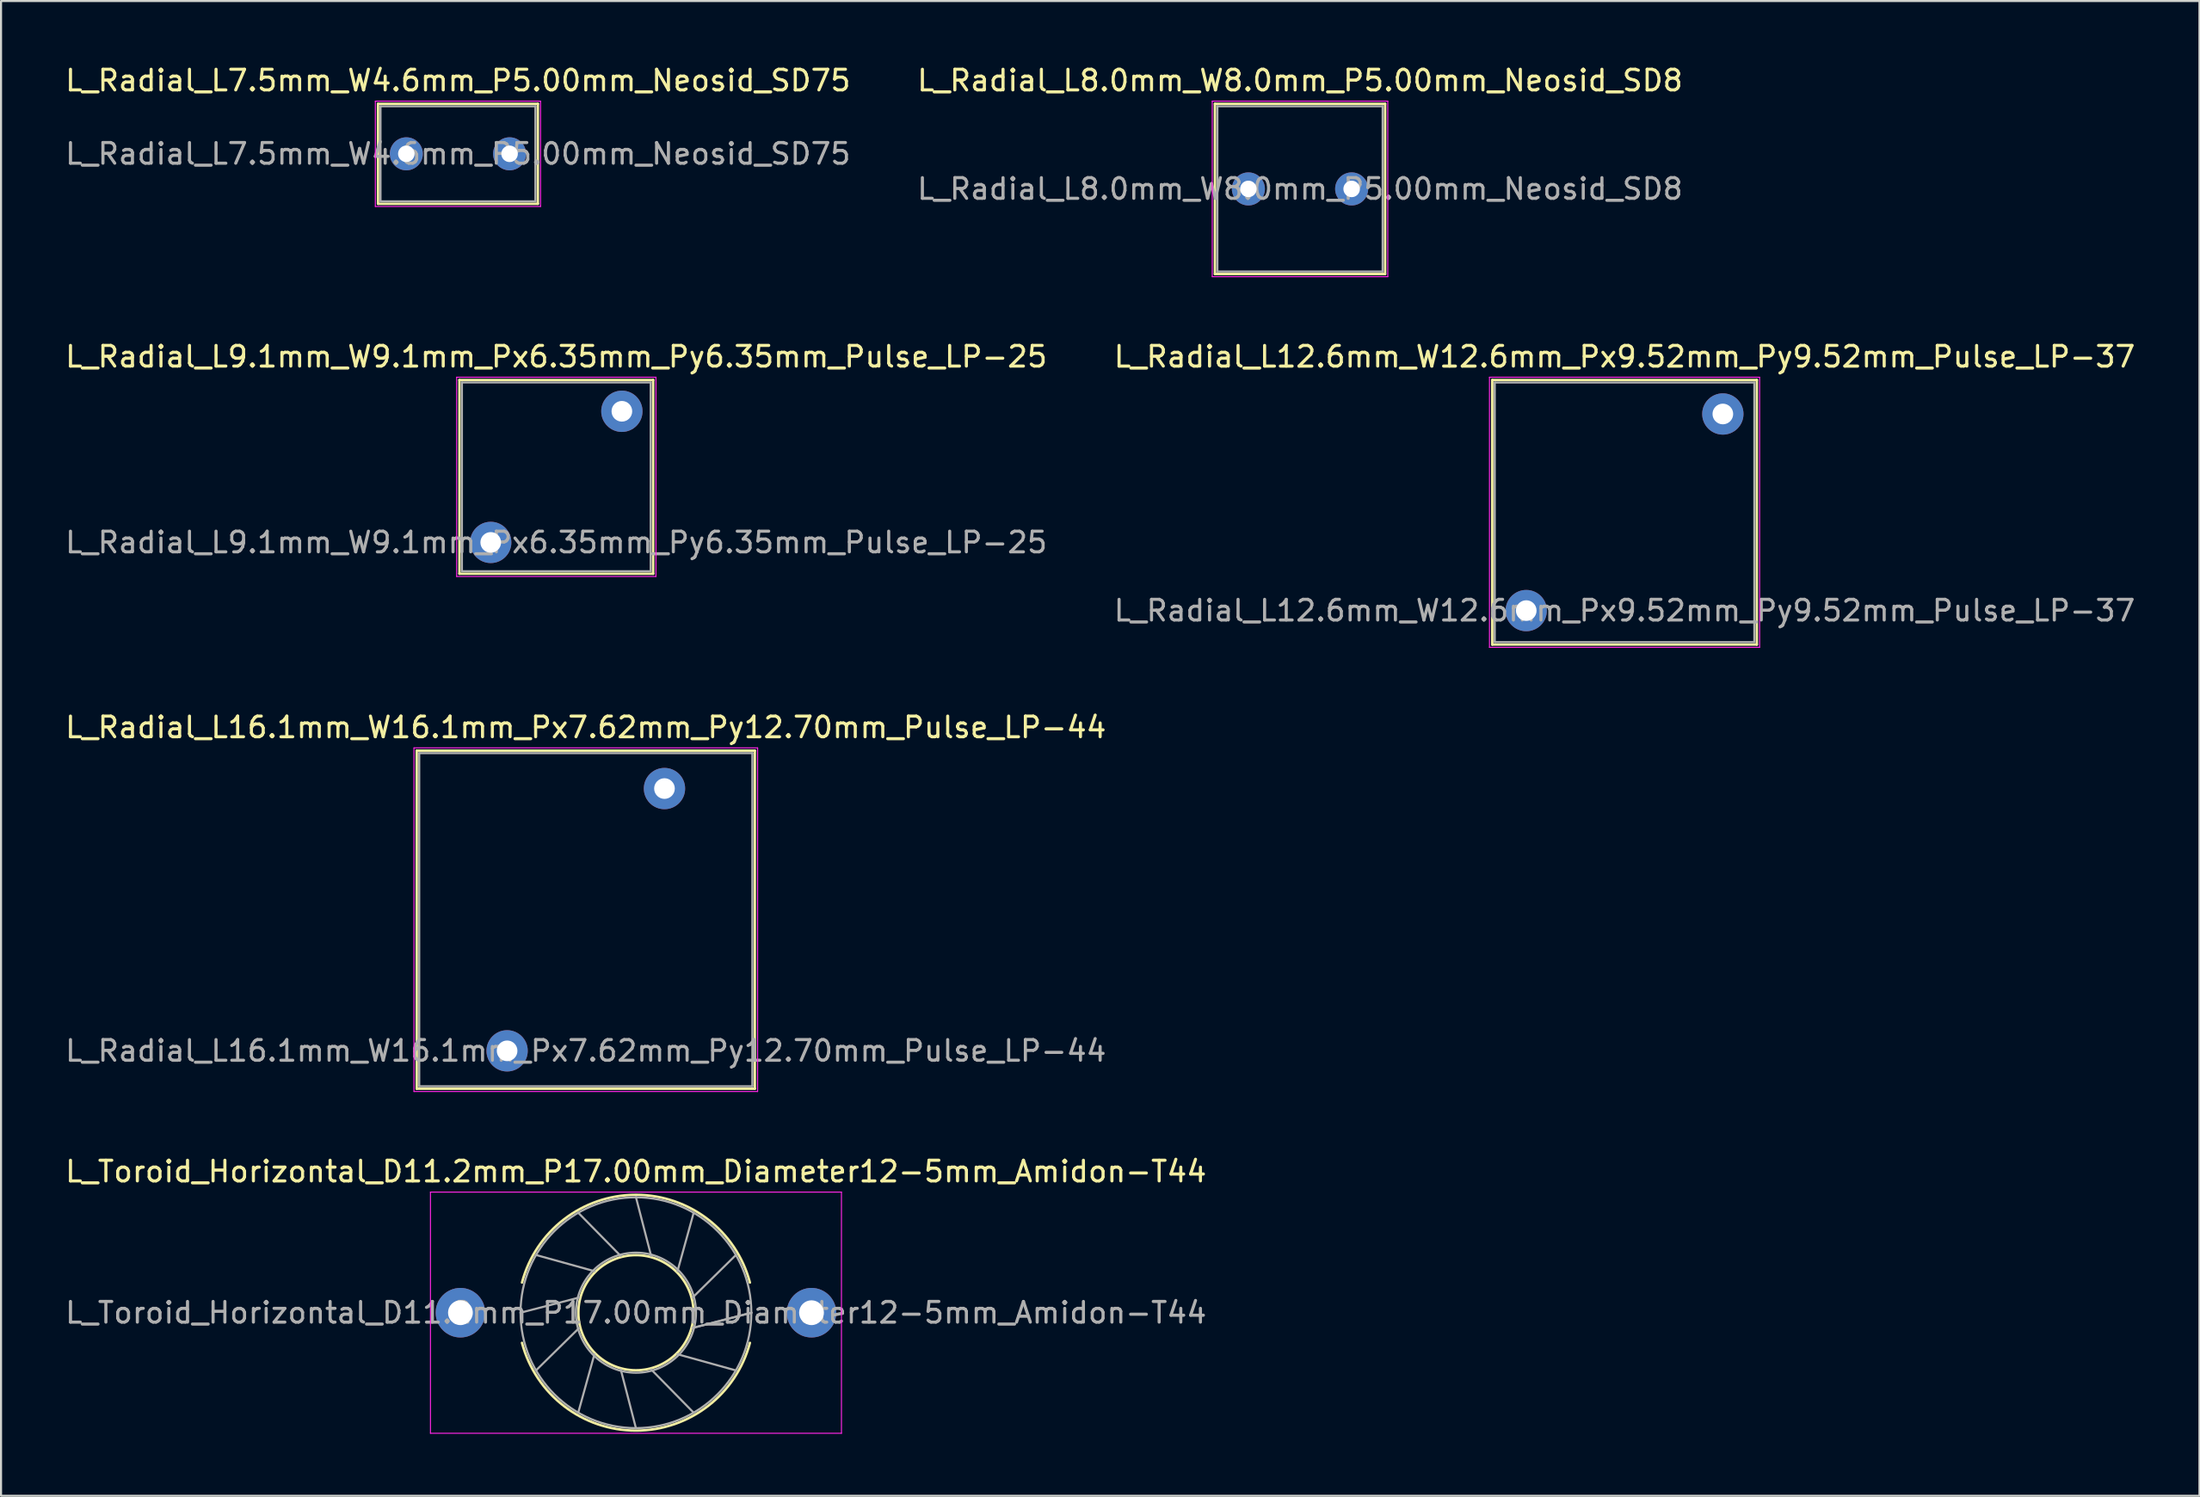
<source format=kicad_pcb>
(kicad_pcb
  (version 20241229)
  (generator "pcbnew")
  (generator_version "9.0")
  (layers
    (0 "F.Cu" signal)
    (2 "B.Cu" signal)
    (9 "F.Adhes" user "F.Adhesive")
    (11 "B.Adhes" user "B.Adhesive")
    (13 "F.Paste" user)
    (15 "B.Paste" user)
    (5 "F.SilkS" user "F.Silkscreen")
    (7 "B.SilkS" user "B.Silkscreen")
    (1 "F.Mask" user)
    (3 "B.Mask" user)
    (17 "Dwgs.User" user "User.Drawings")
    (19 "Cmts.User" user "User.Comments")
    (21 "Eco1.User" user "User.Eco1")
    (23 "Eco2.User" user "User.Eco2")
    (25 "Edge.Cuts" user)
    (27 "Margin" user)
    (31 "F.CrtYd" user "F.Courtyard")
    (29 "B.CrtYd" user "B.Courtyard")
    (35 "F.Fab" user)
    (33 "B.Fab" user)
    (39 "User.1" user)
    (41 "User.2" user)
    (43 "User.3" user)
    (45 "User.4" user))
  (footprint "L_Radial_L7.5mm_W4.6mm_P5.00mm_Neosid_SD75"
    (layer "F.Cu")
    (at 16.625 4.398)
    (property "Reference" "L_Radial_L7.5mm_W4.6mm_P5.00mm_Neosid_SD75" (at 2.5 -3.55 0) (layer "F.SilkS") (effects (font (size 1 1) (thickness 0.15))))
    (attr through_hole)
    (fp_line (start -1.37 -2.42) (end -1.37 2.42) (stroke (width 0.12) (type solid)) (layer "F.SilkS"))
    (fp_line (start -1.37 -2.42) (end 6.37 -2.42) (stroke (width 0.12) (type solid)) (layer "F.SilkS"))
    (fp_line (start -1.37 2.42) (end 6.37 2.42) (stroke (width 0.12) (type solid)) (layer "F.SilkS"))
    (fp_line (start 6.37 -2.42) (end 6.37 2.42) (stroke (width 0.12) (type solid)) (layer "F.SilkS"))
    (fp_line (start -1.5 -2.55) (end -1.5 2.55) (stroke (width 0.05) (type solid)) (layer "F.CrtYd"))
    (fp_line (start -1.5 2.55) (end 6.5 2.55) (stroke (width 0.05) (type solid)) (layer "F.CrtYd"))
    (fp_line (start 6.5 -2.55) (end -1.5 -2.55) (stroke (width 0.05) (type solid)) (layer "F.CrtYd"))
    (fp_line (start 6.5 2.55) (end 6.5 -2.55) (stroke (width 0.05) (type solid)) (layer "F.CrtYd"))
    (fp_line (start -1.25 -2.3) (end -1.25 2.3) (stroke (width 0.1) (type solid)) (layer "F.Fab"))
    (fp_line (start -1.25 2.3) (end 6.25 2.3) (stroke (width 0.1) (type solid)) (layer "F.Fab"))
    (fp_line (start 6.25 -2.3) (end -1.25 -2.3) (stroke (width 0.1) (type solid)) (layer "F.Fab"))
    (fp_line (start 6.25 2.3) (end 6.25 -2.3) (stroke (width 0.1) (type solid)) (layer "F.Fab"))
    (fp_text user "${REFERENCE}" (at 2.5 0 0) (layer "F.Fab") (effects (font (size 1 1) (thickness 0.15))))
    (pad "1" thru_hole circle (at 0 0) (size 1.6 1.6) (drill 0.8) (layers "*.Cu" "*.Mask"))
    (pad "2" thru_hole circle (at 5 0) (size 1.6 1.6) (drill 0.8) (layers "*.Cu" "*.Mask")))
  (footprint "L_Radial_L8.0mm_W8.0mm_P5.00mm_Neosid_SD8"
    (layer "F.Cu")
    (at 57.399 6.098)
    (property "Reference" "L_Radial_L8.0mm_W8.0mm_P5.00mm_Neosid_SD8" (at 2.5 -5.25 0) (layer "F.SilkS") (effects (font (size 1 1) (thickness 0.15))))
    (attr through_hole)
    (fp_line (start -1.62 -4.12) (end -1.62 4.12) (stroke (width 0.12) (type solid)) (layer "F.SilkS"))
    (fp_line (start -1.62 -4.12) (end 6.62 -4.12) (stroke (width 0.12) (type solid)) (layer "F.SilkS"))
    (fp_line (start -1.62 4.12) (end 6.62 4.12) (stroke (width 0.12) (type solid)) (layer "F.SilkS"))
    (fp_line (start 6.62 -4.12) (end 6.62 4.12) (stroke (width 0.12) (type solid)) (layer "F.SilkS"))
    (fp_line (start -1.75 -4.25) (end -1.75 4.25) (stroke (width 0.05) (type solid)) (layer "F.CrtYd"))
    (fp_line (start -1.75 4.25) (end 6.75 4.25) (stroke (width 0.05) (type solid)) (layer "F.CrtYd"))
    (fp_line (start 6.75 -4.25) (end -1.75 -4.25) (stroke (width 0.05) (type solid)) (layer "F.CrtYd"))
    (fp_line (start 6.75 4.25) (end 6.75 -4.25) (stroke (width 0.05) (type solid)) (layer "F.CrtYd"))
    (fp_line (start -1.5 -4) (end -1.5 4) (stroke (width 0.1) (type solid)) (layer "F.Fab"))
    (fp_line (start -1.5 4) (end 6.5 4) (stroke (width 0.1) (type solid)) (layer "F.Fab"))
    (fp_line (start 6.5 -4) (end -1.5 -4) (stroke (width 0.1) (type solid)) (layer "F.Fab"))
    (fp_line (start 6.5 4) (end 6.5 -4) (stroke (width 0.1) (type solid)) (layer "F.Fab"))
    (fp_text user "${REFERENCE}" (at 2.5 0 0) (layer "F.Fab") (effects (font (size 1 1) (thickness 0.15))))
    (pad "1" thru_hole circle (at 0 0) (size 1.6 1.6) (drill 0.8) (layers "*.Cu" "*.Mask"))
    (pad "2" thru_hole circle (at 5 0) (size 1.6 1.6) (drill 0.8) (layers "*.Cu" "*.Mask")))
  (footprint "L_Radial_L16.1mm_W16.1mm_Px7.62mm_Py12.70mm_Pulse_LP-44"
    (layer "F.Cu")
    (at 21.505 47.835)
    (property "Reference" "L_Radial_L16.1mm_W16.1mm_Px7.62mm_Py12.70mm_Pulse_LP-44" (at 3.81 -15.665 0) (layer "F.SilkS") (effects (font (size 1 1) (thickness 0.15))))
    (attr through_hole)
    (fp_line (start -4.375 -14.535) (end -4.375 1.835) (stroke (width 0.12) (type solid)) (layer "F.SilkS"))
    (fp_line (start -4.375 -14.535) (end 11.995 -14.535) (stroke (width 0.12) (type solid)) (layer "F.SilkS"))
    (fp_line (start -4.375 1.835) (end 11.995 1.835) (stroke (width 0.12) (type solid)) (layer "F.SilkS"))
    (fp_line (start 11.995 -14.535) (end 11.995 1.835) (stroke (width 0.12) (type solid)) (layer "F.SilkS"))
    (fp_line (start -4.51 -14.67) (end -4.51 1.97) (stroke (width 0.05) (type solid)) (layer "F.CrtYd"))
    (fp_line (start -4.51 1.97) (end 12.13 1.97) (stroke (width 0.05) (type solid)) (layer "F.CrtYd"))
    (fp_line (start 12.13 -14.67) (end -4.51 -14.67) (stroke (width 0.05) (type solid)) (layer "F.CrtYd"))
    (fp_line (start 12.13 1.97) (end 12.13 -14.67) (stroke (width 0.05) (type solid)) (layer "F.CrtYd"))
    (fp_line (start -4.255 -14.415) (end -4.255 1.715) (stroke (width 0.1) (type solid)) (layer "F.Fab"))
    (fp_line (start -4.255 1.715) (end 11.875 1.715) (stroke (width 0.1) (type solid)) (layer "F.Fab"))
    (fp_line (start 11.875 -14.415) (end -4.255 -14.415) (stroke (width 0.1) (type solid)) (layer "F.Fab"))
    (fp_line (start 11.875 1.715) (end 11.875 -14.415) (stroke (width 0.1) (type solid)) (layer "F.Fab"))
    (fp_text user "${REFERENCE}" (at 3.81 0 0) (layer "F.Fab") (effects (font (size 1 1) (thickness 0.15))))
    (pad "1" thru_hole circle (at 0 0) (size 2 2) (drill 1) (layers "*.Cu" "*.Mask"))
    (pad "2" thru_hole circle (at 7.62 -12.7) (size 2 2) (drill 1) (layers "*.Cu" "*.Mask")))
  (footprint "L_Toroid_Horizontal_D11.2mm_P17.00mm_Diameter12-5mm_Amidon-T44"
    (layer "F.Cu")
    (at 19.244 60.516)
    (property "Reference" "L_Toroid_Horizontal_D11.2mm_P17.00mm_Diameter12-5mm_Amidon-T44" (at 8.5 -6.838 0) (layer "F.SilkS") (effects (font (size 1 1) (thickness 0.15))))
    (attr through_hole)
    (fp_arc (start 2.981879 -1.46) (mid 8.5 -5.708) (end 14.018121 -1.46) (stroke (width 0.12) (type solid)) (layer "F.SilkS"))
    (fp_arc (start 14.018121 1.46) (mid 8.5 5.708) (end 2.981879 1.46) (stroke (width 0.12) (type solid)) (layer "F.SilkS"))
    (fp_circle (center 8.5 0) (end 11.288 0) (stroke (width 0.12) (type solid)) (fill no) (layer "F.SilkS"))
    (fp_line (start -1.45 -5.84) (end -1.45 5.84) (stroke (width 0.05) (type solid)) (layer "F.CrtYd"))
    (fp_line (start -1.45 5.84) (end 18.45 5.84) (stroke (width 0.05) (type solid)) (layer "F.CrtYd"))
    (fp_line (start 18.45 -5.84) (end -1.45 -5.84) (stroke (width 0.05) (type solid)) (layer "F.CrtYd"))
    (fp_line (start 18.45 5.84) (end 18.45 -5.84) (stroke (width 0.05) (type solid)) (layer "F.CrtYd"))
    (fp_line (start 2.906 0.001) (end 5.753 -0.736) (stroke (width 0.1) (type solid)) (layer "F.Fab"))
    (fp_line (start 3.655 -2.796) (end 6.489 -2.011) (stroke (width 0.1) (type solid)) (layer "F.Fab"))
    (fp_line (start 3.656 2.797) (end 5.753 0.736) (stroke (width 0.1) (type solid)) (layer "F.Fab"))
    (fp_line (start 5.702 -4.844) (end 7.764 -2.747) (stroke (width 0.1) (type solid)) (layer "F.Fab"))
    (fp_line (start 5.703 4.845) (end 6.489 2.011) (stroke (width 0.1) (type solid)) (layer "F.Fab"))
    (fp_line (start 8.499 -5.594) (end 9.236 -2.747) (stroke (width 0.1) (type solid)) (layer "F.Fab"))
    (fp_line (start 8.5 5.594) (end 7.764 2.747) (stroke (width 0.1) (type solid)) (layer "F.Fab"))
    (fp_line (start 11.296 -4.845) (end 10.511 -2.011) (stroke (width 0.1) (type solid)) (layer "F.Fab"))
    (fp_line (start 11.297 4.844) (end 9.236 2.747) (stroke (width 0.1) (type solid)) (layer "F.Fab"))
    (fp_line (start 13.344 -2.798) (end 11.247 -0.737) (stroke (width 0.1) (type solid)) (layer "F.Fab"))
    (fp_line (start 13.344 2.797) (end 10.511 2.011) (stroke (width 0.1) (type solid)) (layer "F.Fab"))
    (fp_line (start 14.094 -0.001) (end 11.247 0.736) (stroke (width 0.1) (type solid)) (layer "F.Fab"))
    (fp_line (start 14.094 0) (end 11.247 0.736) (stroke (width 0.1) (type solid)) (layer "F.Fab"))
    (fp_circle (center 8.5 0) (end 11.408 0) (stroke (width 0.1) (type solid)) (fill no) (layer "F.Fab"))
    (fp_circle (center 8.5 0) (end 14.088 0) (stroke (width 0.1) (type solid)) (fill no) (layer "F.Fab"))
    (fp_text user "${REFERENCE}" (at 8.5 0 0) (layer "F.Fab") (effects (font (size 1 1) (thickness 0.15))))
    (pad "1" thru_hole circle (at 0 0) (size 2.4 2.4) (drill 1.2) (layers "*.Cu" "*.Mask"))
    (pad "2" thru_hole circle (at 17 0) (size 2.4 2.4) (drill 1.2) (layers "*.Cu" "*.Mask")))
  (footprint "L_Radial_L12.6mm_W12.6mm_Px9.52mm_Py9.52mm_Pulse_LP-37"
    (layer "F.Cu")
    (at 70.853 26.517)
    (property "Reference" "L_Radial_L12.6mm_W12.6mm_Px9.52mm_Py9.52mm_Pulse_LP-37" (at 4.76 -12.295 0) (layer "F.SilkS") (effects (font (size 1 1) (thickness 0.15))))
    (attr through_hole)
    (fp_line (start -1.645 -11.165) (end -1.645 1.645) (stroke (width 0.12) (type solid)) (layer "F.SilkS"))
    (fp_line (start -1.645 -11.165) (end 11.165 -11.165) (stroke (width 0.12) (type solid)) (layer "F.SilkS"))
    (fp_line (start -1.645 1.645) (end 11.165 1.645) (stroke (width 0.12) (type solid)) (layer "F.SilkS"))
    (fp_line (start 11.165 -11.165) (end 11.165 1.645) (stroke (width 0.12) (type solid)) (layer "F.SilkS"))
    (fp_line (start -1.78 -11.3) (end -1.78 1.78) (stroke (width 0.05) (type solid)) (layer "F.CrtYd"))
    (fp_line (start -1.78 1.78) (end 11.3 1.78) (stroke (width 0.05) (type solid)) (layer "F.CrtYd"))
    (fp_line (start 11.3 -11.3) (end -1.78 -11.3) (stroke (width 0.05) (type solid)) (layer "F.CrtYd"))
    (fp_line (start 11.3 1.78) (end 11.3 -11.3) (stroke (width 0.05) (type solid)) (layer "F.CrtYd"))
    (fp_line (start -1.525 -11.045) (end -1.525 1.525) (stroke (width 0.1) (type solid)) (layer "F.Fab"))
    (fp_line (start -1.525 1.525) (end 11.045 1.525) (stroke (width 0.1) (type solid)) (layer "F.Fab"))
    (fp_line (start 11.045 -11.045) (end -1.525 -11.045) (stroke (width 0.1) (type solid)) (layer "F.Fab"))
    (fp_line (start 11.045 1.525) (end 11.045 -11.045) (stroke (width 0.1) (type solid)) (layer "F.Fab"))
    (fp_text user "${REFERENCE}" (at 4.76 0 0) (layer "F.Fab") (effects (font (size 1 1) (thickness 0.15))))
    (pad "1" thru_hole circle (at 0 0) (size 2 2) (drill 1) (layers "*.Cu" "*.Mask"))
    (pad "2" thru_hole circle (at 9.52 -9.52) (size 2 2) (drill 1) (layers "*.Cu" "*.Mask")))
  (footprint "L_Radial_L9.1mm_W9.1mm_Px6.35mm_Py6.35mm_Pulse_LP-25"
    (layer "F.Cu")
    (at 20.712 23.216)
    (property "Reference" "L_Radial_L9.1mm_W9.1mm_Px6.35mm_Py6.35mm_Pulse_LP-25" (at 3.175 -8.995 0) (layer "F.SilkS") (effects (font (size 1 1) (thickness 0.15))))
    (attr through_hole)
    (fp_line (start -1.515 -7.865) (end -1.515 1.515) (stroke (width 0.12) (type solid)) (layer "F.SilkS"))
    (fp_line (start -1.515 -7.865) (end 7.865 -7.865) (stroke (width 0.12) (type solid)) (layer "F.SilkS"))
    (fp_line (start -1.515 1.515) (end 7.865 1.515) (stroke (width 0.12) (type solid)) (layer "F.SilkS"))
    (fp_line (start 7.865 -7.865) (end 7.865 1.515) (stroke (width 0.12) (type solid)) (layer "F.SilkS"))
    (fp_line (start -1.65 -8) (end -1.65 1.65) (stroke (width 0.05) (type solid)) (layer "F.CrtYd"))
    (fp_line (start -1.65 1.65) (end 8 1.65) (stroke (width 0.05) (type solid)) (layer "F.CrtYd"))
    (fp_line (start 8 -8) (end -1.65 -8) (stroke (width 0.05) (type solid)) (layer "F.CrtYd"))
    (fp_line (start 8 1.65) (end 8 -8) (stroke (width 0.05) (type solid)) (layer "F.CrtYd"))
    (fp_line (start -1.395 -7.745) (end -1.395 1.395) (stroke (width 0.1) (type solid)) (layer "F.Fab"))
    (fp_line (start -1.395 1.395) (end 7.745 1.395) (stroke (width 0.1) (type solid)) (layer "F.Fab"))
    (fp_line (start 7.745 -7.745) (end -1.395 -7.745) (stroke (width 0.1) (type solid)) (layer "F.Fab"))
    (fp_line (start 7.745 1.395) (end 7.745 -7.745) (stroke (width 0.1) (type solid)) (layer "F.Fab"))
    (fp_text user "${REFERENCE}" (at 3.175 0 0) (layer "F.Fab") (effects (font (size 1 1) (thickness 0.15))))
    (pad "1" thru_hole circle (at 0 0) (size 2 2) (drill 1) (layers "*.Cu" "*.Mask"))
    (pad "2" thru_hole circle (at 6.35 -6.35) (size 2 2) (drill 1) (layers "*.Cu" "*.Mask")))
  (gr_rect
    (start -3 -3)
    (end 103.452 69.381)
    (stroke (width 0.1) (type default))
    (fill no)
    (layer "Edge.Cuts")))
</source>
